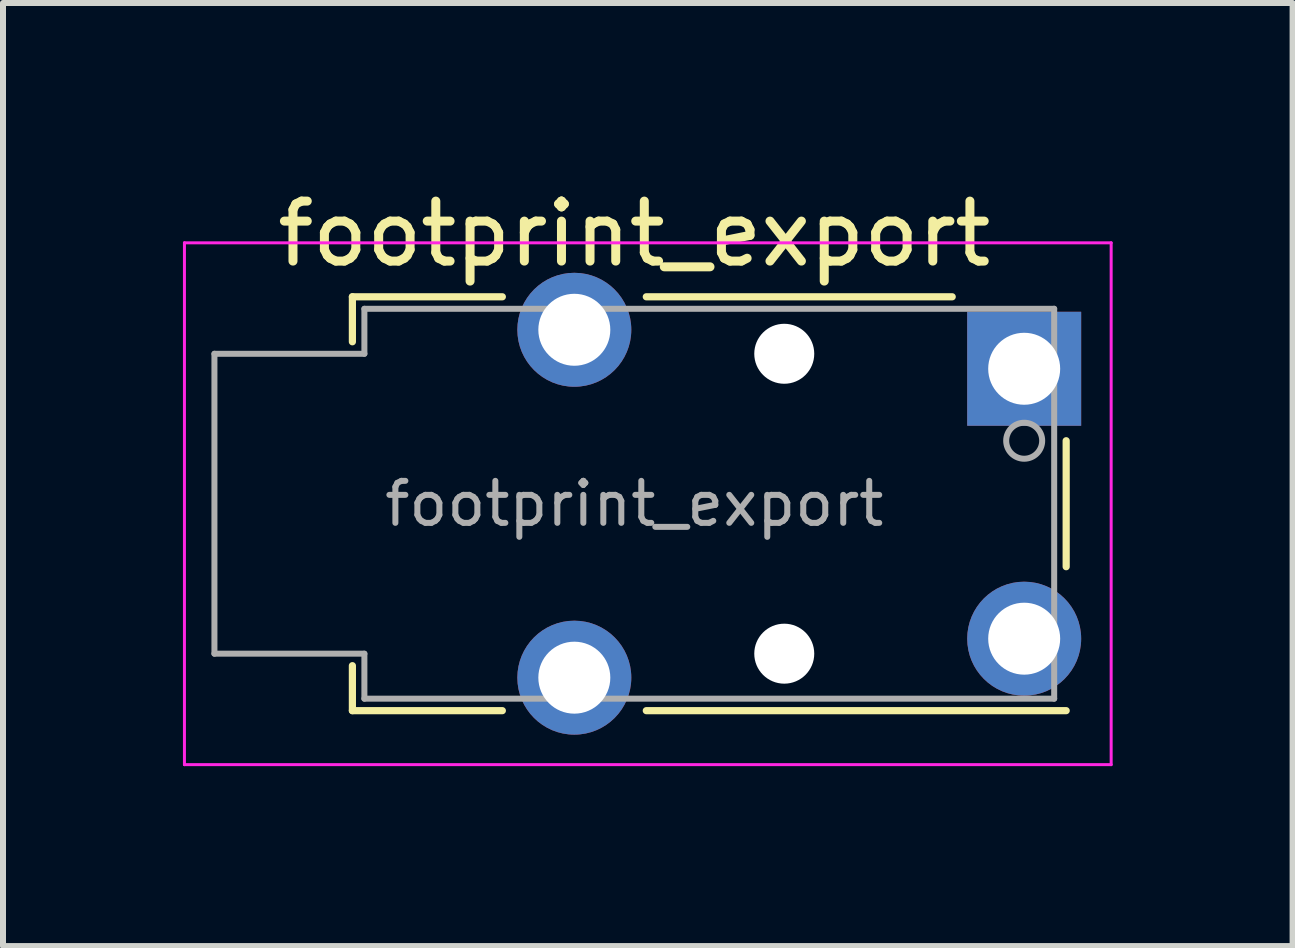
<source format=kicad_pcb>
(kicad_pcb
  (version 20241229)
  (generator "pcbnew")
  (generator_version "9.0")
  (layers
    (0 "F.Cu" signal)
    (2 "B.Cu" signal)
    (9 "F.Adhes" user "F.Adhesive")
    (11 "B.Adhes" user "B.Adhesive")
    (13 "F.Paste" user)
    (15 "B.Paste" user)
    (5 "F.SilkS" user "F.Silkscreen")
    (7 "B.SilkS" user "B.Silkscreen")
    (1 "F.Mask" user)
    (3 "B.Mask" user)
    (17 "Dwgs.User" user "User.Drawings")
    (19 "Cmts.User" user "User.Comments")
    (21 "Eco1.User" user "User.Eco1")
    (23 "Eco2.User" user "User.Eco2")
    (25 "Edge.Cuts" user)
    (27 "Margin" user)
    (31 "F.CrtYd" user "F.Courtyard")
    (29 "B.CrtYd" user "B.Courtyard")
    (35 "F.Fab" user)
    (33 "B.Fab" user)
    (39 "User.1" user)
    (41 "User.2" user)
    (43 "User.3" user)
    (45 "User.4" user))
  (footprint "footprint_export"
    (layer "F.Cu")
    (at 7.525 5.348)
    (property "Reference" "footprint_export" (at 0 -4.5 0) (layer "F.SilkS") (effects (font (size 1 1) (thickness 0.15))))
    (attr through_hole)
    (fp_line (start -4.7 -3.45) (end -2.2 -3.45) (stroke (width 0.12) (type solid)) (layer "F.SilkS"))
    (fp_line (start -4.7 -2.7) (end -4.7 -3.45) (stroke (width 0.12) (type solid)) (layer "F.SilkS"))
    (fp_line (start -4.7 3.45) (end -4.7 2.7) (stroke (width 0.12) (type solid)) (layer "F.SilkS"))
    (fp_line (start -2.2 3.45) (end -4.7 3.45) (stroke (width 0.12) (type solid)) (layer "F.SilkS"))
    (fp_line (start 0.2 -3.45) (end 5.3 -3.45) (stroke (width 0.12) (type solid)) (layer "F.SilkS"))
    (fp_line (start 0.2 3.45) (end 7.2 3.45) (stroke (width 0.12) (type solid)) (layer "F.SilkS"))
    (fp_line (start 7.2 -1.05) (end 7.2 1.05) (stroke (width 0.12) (type solid)) (layer "F.SilkS"))
    (fp_line (start -7.5 -4.35) (end -7.5 4.35) (stroke (width 0.05) (type solid)) (layer "F.CrtYd"))
    (fp_line (start -7.5 4.35) (end 7.95 4.35) (stroke (width 0.05) (type solid)) (layer "F.CrtYd"))
    (fp_line (start 7.95 -4.35) (end -7.5 -4.35) (stroke (width 0.05) (type solid)) (layer "F.CrtYd"))
    (fp_line (start 7.95 4.35) (end 7.95 -4.35) (stroke (width 0.05) (type solid)) (layer "F.CrtYd"))
    (fp_line (start -7 -2.5) (end -4.5 -2.5) (stroke (width 0.1) (type solid)) (layer "F.Fab"))
    (fp_line (start -7 2.5) (end -7 -2.5) (stroke (width 0.1) (type solid)) (layer "F.Fab"))
    (fp_line (start -4.5 -3.25) (end 7 -3.25) (stroke (width 0.1) (type solid)) (layer "F.Fab"))
    (fp_line (start -4.5 -2.5) (end -4.5 -3.25) (stroke (width 0.1) (type solid)) (layer "F.Fab"))
    (fp_line (start -4.5 2.5) (end -7 2.5) (stroke (width 0.1) (type solid)) (layer "F.Fab"))
    (fp_line (start -4.5 3.25) (end -4.5 2.5) (stroke (width 0.1) (type solid)) (layer "F.Fab"))
    (fp_line (start 7 -3.25) (end 7 3.25) (stroke (width 0.1) (type solid)) (layer "F.Fab"))
    (fp_line (start 7 3.25) (end -4.5 3.25) (stroke (width 0.1) (type solid)) (layer "F.Fab"))
    (fp_circle (center 6.5 -1.05) (end 6.8 -1.05) (stroke (width 0.1) (type solid)) (fill no) (layer "F.Fab"))
    (fp_text user "${REFERENCE}" (at 0 0 0) (layer "F.Fab") (effects (font (size 0.7 0.7) (thickness 0.1))))
    (pad "" np_thru_hole circle (at 2.5 -2.5) (size 1 1) (drill 1) (layers "*.Cu" "*.Mask"))
    (pad "" np_thru_hole circle (at 2.5 2.5) (size 1 1) (drill 1) (layers "*.Cu" "*.Mask"))
    (pad "R" thru_hole rect (at 6.5 -2.25) (size 1.9 1.9) (drill 1.2) (layers "*.Cu" "*.Mask"))
    (pad "S" thru_hole circle (at 6.5 2.25) (size 1.9 1.9) (drill 1.2) (layers "*.Cu" "*.Mask"))
    (pad "T" thru_hole circle (at -1 -2.9) (size 1.9 1.9) (drill 1.2) (layers "*.Cu" "*.Mask"))
    (pad "T" thru_hole circle (at -1 2.9) (size 1.9 1.9) (drill 1.2) (layers "*.Cu" "*.Mask")))
  (gr_rect
    (start -3 -3)
    (end 18.5 12.723)
    (stroke (width 0.1) (type default))
    (fill no)
    (layer "Edge.Cuts")))
</source>
